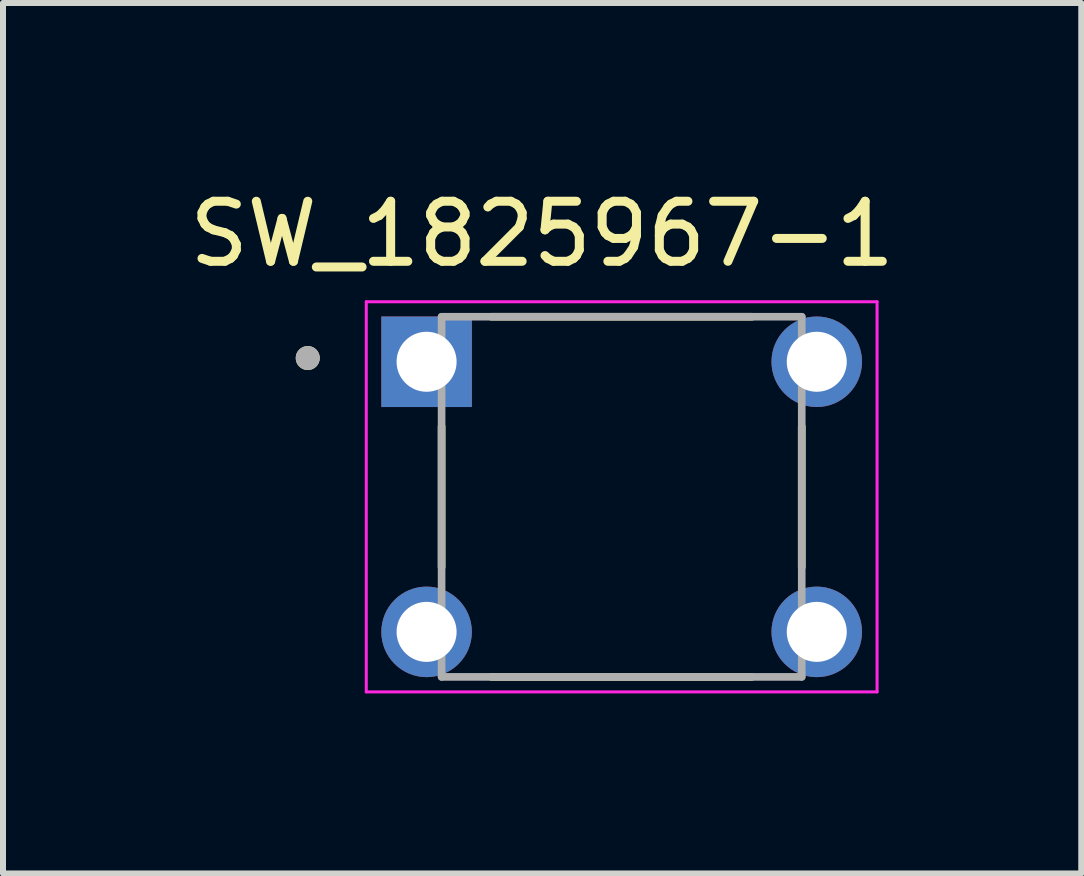
<source format=kicad_pcb>
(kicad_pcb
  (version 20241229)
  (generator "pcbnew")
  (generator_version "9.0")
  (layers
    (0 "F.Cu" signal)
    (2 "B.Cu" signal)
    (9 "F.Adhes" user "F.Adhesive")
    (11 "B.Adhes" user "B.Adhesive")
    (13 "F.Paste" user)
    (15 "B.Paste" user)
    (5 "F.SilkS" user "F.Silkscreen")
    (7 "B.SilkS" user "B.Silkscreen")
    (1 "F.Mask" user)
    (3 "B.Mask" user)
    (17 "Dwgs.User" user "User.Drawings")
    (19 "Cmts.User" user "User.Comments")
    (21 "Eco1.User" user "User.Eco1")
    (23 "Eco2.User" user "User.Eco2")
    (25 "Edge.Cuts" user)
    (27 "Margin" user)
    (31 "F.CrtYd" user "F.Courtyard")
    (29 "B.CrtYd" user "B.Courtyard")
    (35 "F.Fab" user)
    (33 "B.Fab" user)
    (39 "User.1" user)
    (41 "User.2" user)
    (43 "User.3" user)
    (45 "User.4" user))
  (footprint "SW_1825967-1"
    (layer "F.Cu")
    (at 7.307 5.227)
    (property "Reference" "SW_1825967-1" (at -1.325 -4.379 0) (layer "F.SilkS") (effects (font (size 1 1) (thickness 0.15))))
    (attr through_hole)
    (fp_line (start -3 1.17) (end -3 -1.17) (stroke (width 0.127) (type solid)) (layer "F.SilkS"))
    (fp_line (start -2.17 3) (end 2.17 3) (stroke (width 0.127) (type solid)) (layer "F.SilkS"))
    (fp_line (start 2.17 -3) (end -2.17 -3) (stroke (width 0.127) (type solid)) (layer "F.SilkS"))
    (fp_line (start 3 -1.17) (end 3 1.17) (stroke (width 0.127) (type solid)) (layer "F.SilkS"))
    (fp_circle (center -5.23 -2.312) (end -5.13 -2.312) (stroke (width 0.2) (type solid)) (fill no) (layer "F.SilkS"))
    (fp_line (start -4.255 -3.25) (end -4.255 3.25) (stroke (width 0.05) (type solid)) (layer "F.CrtYd"))
    (fp_line (start -4.255 3.25) (end 4.255 3.25) (stroke (width 0.05) (type solid)) (layer "F.CrtYd"))
    (fp_line (start 4.255 -3.25) (end -4.255 -3.25) (stroke (width 0.05) (type solid)) (layer "F.CrtYd"))
    (fp_line (start 4.255 3.25) (end 4.255 -3.25) (stroke (width 0.05) (type solid)) (layer "F.CrtYd"))
    (fp_line (start -3 -3) (end -3 3) (stroke (width 0.127) (type solid)) (layer "F.Fab"))
    (fp_line (start -3 3) (end 3 3) (stroke (width 0.127) (type solid)) (layer "F.Fab"))
    (fp_line (start 3 -3) (end -3 -3) (stroke (width 0.127) (type solid)) (layer "F.Fab"))
    (fp_line (start 3 3) (end 3 -3) (stroke (width 0.127) (type solid)) (layer "F.Fab"))
    (fp_circle (center -5.23 -2.312) (end -5.13 -2.312) (stroke (width 0.2) (type solid)) (fill no) (layer "F.Fab"))
    (pad "1" thru_hole rect (at -3.25 -2.25) (size 1.508 1.508) (drill 1) (layers "*.Cu" "*.Mask"))
    (pad "2" thru_hole circle (at 3.25 -2.25) (size 1.508 1.508) (drill 1) (layers "*.Cu" "*.Mask"))
    (pad "3" thru_hole circle (at -3.25 2.25) (size 1.508 1.508) (drill 1) (layers "*.Cu" "*.Mask"))
    (pad "4" thru_hole circle (at 3.25 2.25) (size 1.508 1.508) (drill 1) (layers "*.Cu" "*.Mask")))
  (gr_rect
    (start -3 -3)
    (end 14.964 11.502)
    (stroke (width 0.1) (type default))
    (fill no)
    (layer "Edge.Cuts")))
</source>
